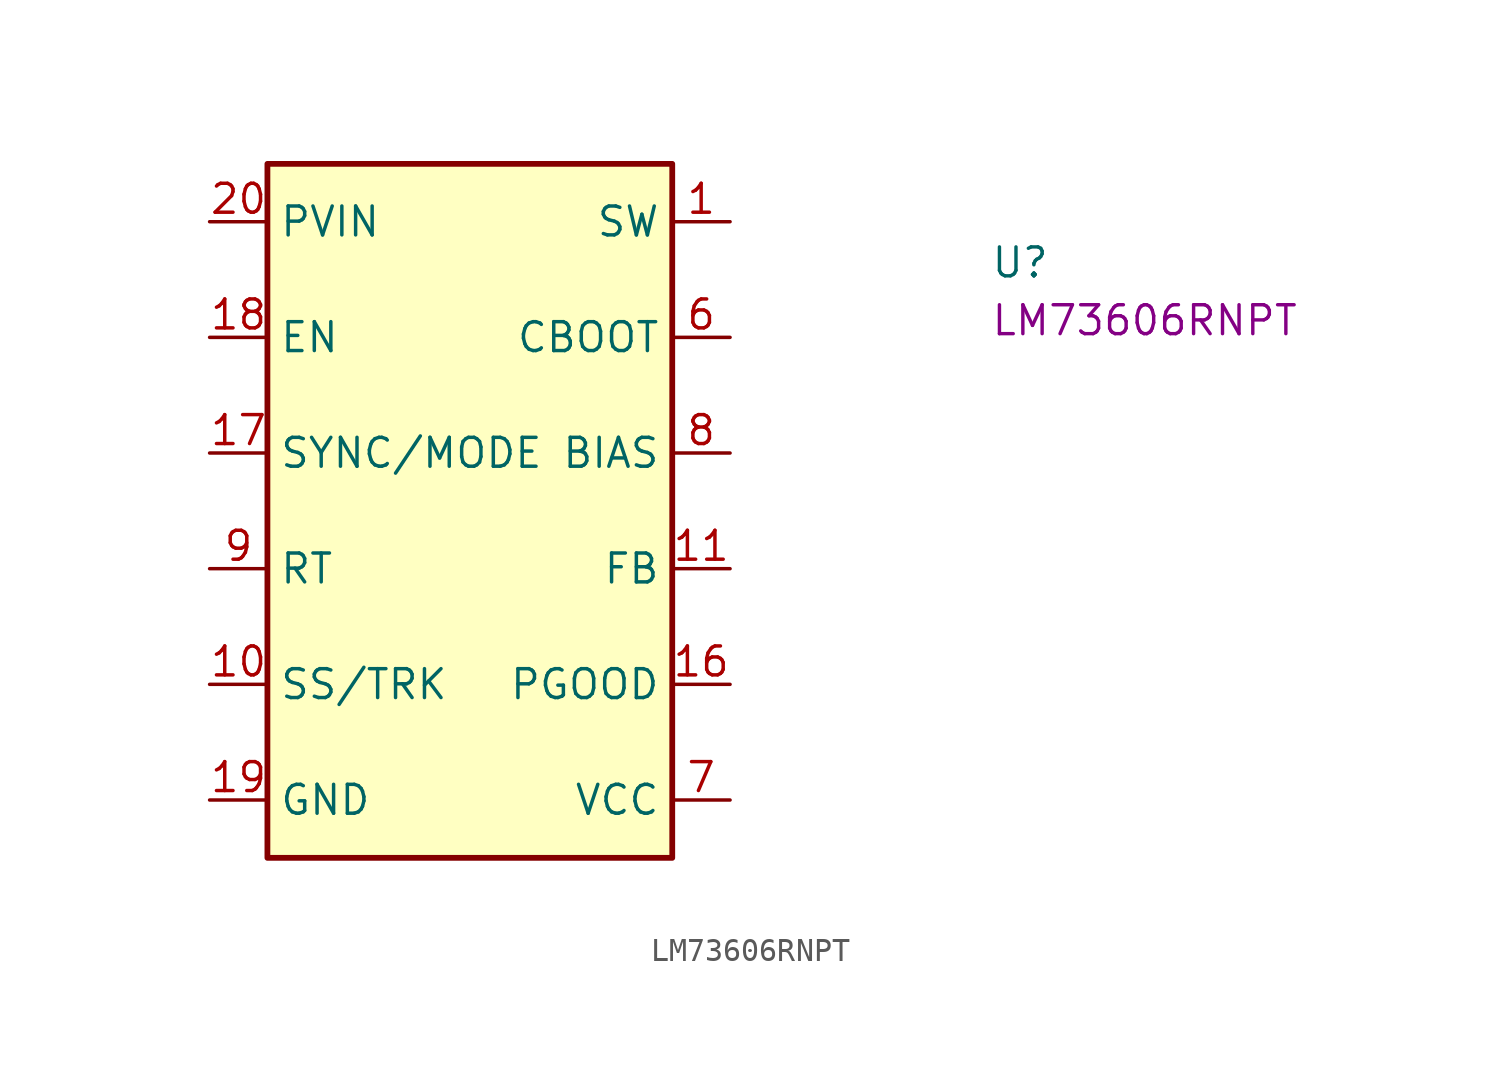
<source format=kicad_sym>
(kicad_symbol_lib
  (version 20220914)
  (generator kicad_symbol_editor)
  (symbol "LM73606RNPT"
    (property "Reference" "U"
      (at 34.29 -2.54 0)
      (effects (font (size 1.27 1.27) (thickness 0.15)) (justify left bottom)))
    (property "MPN" "LM73606RNPT"
      (at 34.29 -5.08 0)
      (effects (font (size 1.27 1.27) (thickness 0.15)) (justify left bottom)))
    (symbol "LM73606RNPT_1_1"
      (rectangle (start 2.54 2.54) (end 20.32 -27.94) (stroke (width 0.254) (type default)) (fill (type background)))
      (pin passive line (at 22.86 0 180) (length 2.54) (name "SW" (effects (font (size 1.27 1.27)))) (number "1" (effects (font (size 1.27 1.27)))))
      (pin passive line (at 0 -20.32 0) (length 2.54) (name "SS/TRK" (effects (font (size 1.27 1.27)))) (number "10" (effects (font (size 1.27 1.27)))))
      (pin input line (at 22.86 -15.24 180) (length 2.54) (name "FB" (effects (font (size 1.27 1.27)))) (number "11" (effects (font (size 1.27 1.27)))))
      (pin passive line (at 0 -25.4 0) (length 2.54) hide (name "NC" (effects (font (size 1.27 1.27)))) (number "12" (effects (font (size 1.27 1.27)))))
      (pin passive line (at 0 -25.4 0) (length 2.54) hide (name "NC" (effects (font (size 1.27 1.27)))) (number "13" (effects (font (size 1.27 1.27)))))
      (pin passive line (at 0 -25.4 0) (length 2.54) hide (name "NC" (effects (font (size 1.27 1.27)))) (number "14" (effects (font (size 1.27 1.27)))))
      (pin passive line (at 0 -25.4 0) (length 2.54) hide (name "NC" (effects (font (size 1.27 1.27)))) (number "15" (effects (font (size 1.27 1.27)))))
      (pin output line (at 22.86 -20.32 180) (length 2.54) (name "PGOOD" (effects (font (size 1.27 1.27)))) (number "16" (effects (font (size 1.27 1.27)))))
      (pin input line (at 0 -10.16 0) (length 2.54) (name "SYNC/MODE" (effects (font (size 1.27 1.27)))) (number "17" (effects (font (size 1.27 1.27)))))
      (pin input line (at 0 -5.08 0) (length 2.54) (name "EN" (effects (font (size 1.27 1.27)))) (number "18" (effects (font (size 1.27 1.27)))))
      (pin passive line (at 0 -25.4 0) (length 2.54) (name "GND" (effects (font (size 1.27 1.27)))) (number "19" (effects (font (size 1.27 1.27)))))
      (pin passive line (at 22.86 0 180) (length 2.54) hide (name "SW" (effects (font (size 1.27 1.27)))) (number "2" (effects (font (size 1.27 1.27)))))
      (pin power_in line (at 0 0 0) (length 2.54) (name "PVIN" (effects (font (size 1.27 1.27)))) (number "20" (effects (font (size 1.27 1.27)))))
      (pin passive line (at 0 0 0) (length 2.54) hide (name "PVIN" (effects (font (size 1.27 1.27)))) (number "21" (effects (font (size 1.27 1.27)))))
      (pin passive line (at 0 0 0) (length 2.54) hide (name "PVIN" (effects (font (size 1.27 1.27)))) (number "22" (effects (font (size 1.27 1.27)))))
      (pin passive line (at 0 -25.4 0) (length 2.54) hide (name "GND" (effects (font (size 1.27 1.27)))) (number "23" (effects (font (size 1.27 1.27)))))
      (pin passive line (at 0 -25.4 0) (length 2.54) hide (name "GND" (effects (font (size 1.27 1.27)))) (number "24" (effects (font (size 1.27 1.27)))))
      (pin passive line (at 0 -25.4 0) (length 2.54) hide (name "GND" (effects (font (size 1.27 1.27)))) (number "25" (effects (font (size 1.27 1.27)))))
      (pin passive line (at 0 -25.4 0) (length 2.54) hide (name "GND" (effects (font (size 1.27 1.27)))) (number "26" (effects (font (size 1.27 1.27)))))
      (pin passive line (at 0 -25.4 0) (length 2.54) hide (name "NC" (effects (font (size 1.27 1.27)))) (number "27" (effects (font (size 1.27 1.27)))))
      (pin passive line (at 0 -25.4 0) (length 2.54) hide (name "NC" (effects (font (size 1.27 1.27)))) (number "28" (effects (font (size 1.27 1.27)))))
      (pin passive line (at 0 -25.4 0) (length 2.54) hide (name "NC" (effects (font (size 1.27 1.27)))) (number "29" (effects (font (size 1.27 1.27)))))
      (pin passive line (at 22.86 0 180) (length 2.54) hide (name "SW" (effects (font (size 1.27 1.27)))) (number "3" (effects (font (size 1.27 1.27)))))
      (pin passive line (at 0 -25.4 0) (length 2.54) hide (name "NC" (effects (font (size 1.27 1.27)))) (number "30" (effects (font (size 1.27 1.27)))))
      (pin passive line (at 0 -25.4 0) (length 2.54) hide (name "GND" (effects (font (size 1.27 1.27)))) (number "31" (effects (font (size 1.27 1.27)))))
      (pin passive line (at 22.86 0 180) (length 2.54) hide (name "SW" (effects (font (size 1.27 1.27)))) (number "4" (effects (font (size 1.27 1.27)))))
      (pin passive line (at 22.86 0 180) (length 2.54) hide (name "SW" (effects (font (size 1.27 1.27)))) (number "5" (effects (font (size 1.27 1.27)))))
      (pin passive line (at 22.86 -5.08 180) (length 2.54) (name "CBOOT" (effects (font (size 1.27 1.27)))) (number "6" (effects (font (size 1.27 1.27)))))
      (pin power_out line (at 22.86 -25.4 180) (length 2.54) (name "VCC" (effects (font (size 1.27 1.27)))) (number "7" (effects (font (size 1.27 1.27)))))
      (pin passive line (at 22.86 -10.16 180) (length 2.54) (name "BIAS" (effects (font (size 1.27 1.27)))) (number "8" (effects (font (size 1.27 1.27)))))
      (pin passive line (at 0 -15.24 0) (length 2.54) (name "RT" (effects (font (size 1.27 1.27)))) (number "9" (effects (font (size 1.27 1.27))))))))
</source>
